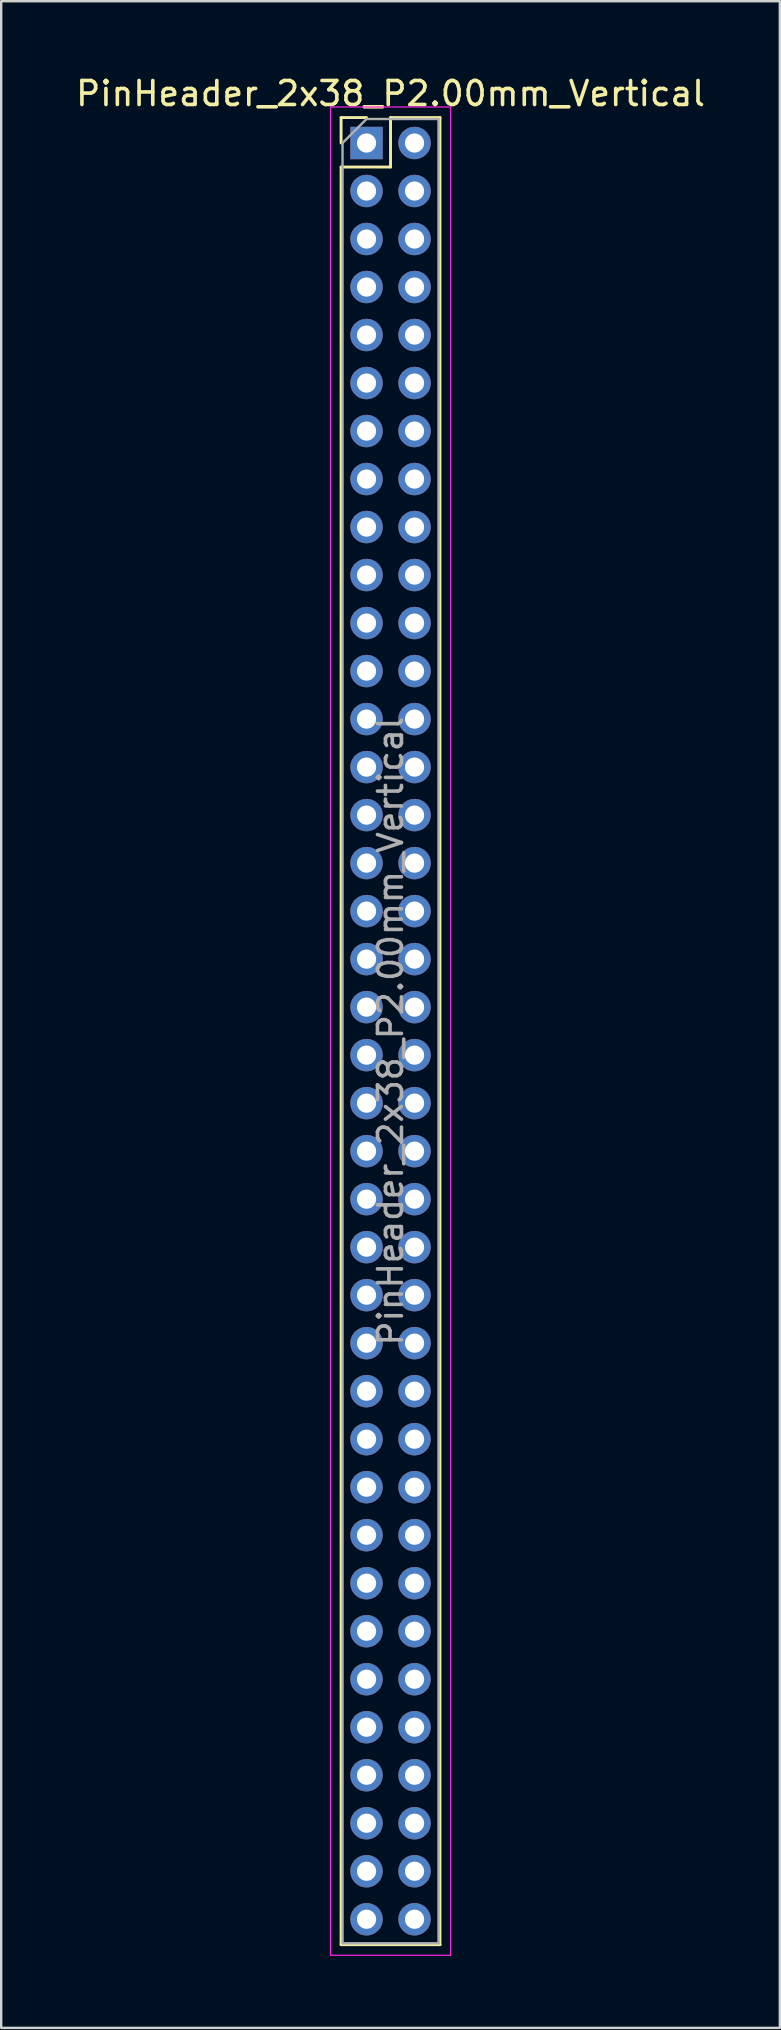
<source format=kicad_pcb>
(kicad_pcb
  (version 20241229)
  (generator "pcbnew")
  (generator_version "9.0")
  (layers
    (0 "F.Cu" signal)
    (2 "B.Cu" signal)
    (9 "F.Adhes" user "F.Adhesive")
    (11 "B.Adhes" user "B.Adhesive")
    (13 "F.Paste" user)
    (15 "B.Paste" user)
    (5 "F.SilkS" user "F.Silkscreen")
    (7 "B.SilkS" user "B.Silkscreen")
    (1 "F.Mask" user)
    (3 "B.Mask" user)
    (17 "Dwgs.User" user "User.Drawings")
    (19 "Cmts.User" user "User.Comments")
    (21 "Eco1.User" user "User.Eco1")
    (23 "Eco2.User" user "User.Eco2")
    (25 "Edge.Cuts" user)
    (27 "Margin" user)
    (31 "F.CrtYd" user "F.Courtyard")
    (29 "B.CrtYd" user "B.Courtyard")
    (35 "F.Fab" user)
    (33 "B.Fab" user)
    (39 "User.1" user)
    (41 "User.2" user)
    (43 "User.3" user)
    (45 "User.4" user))
  (footprint "PinHeader_2x38_P2.00mm_Vertical"
    (layer "F.Cu")
    (at 12.22 2.908)
    (property "Reference" "PinHeader_2x38_P2.00mm_Vertical" (at 1 -2.06 0) (layer "F.SilkS") (effects (font (size 1 1) (thickness 0.15))))
    (attr through_hole)
    (fp_line (start -1.06 -1.06) (end 0 -1.06) (stroke (width 0.12) (type solid)) (layer "F.SilkS"))
    (fp_line (start -1.06 0) (end -1.06 -1.06) (stroke (width 0.12) (type solid)) (layer "F.SilkS"))
    (fp_line (start -1.06 1) (end -1.06 75.06) (stroke (width 0.12) (type solid)) (layer "F.SilkS"))
    (fp_line (start -1.06 1) (end 1 1) (stroke (width 0.12) (type solid)) (layer "F.SilkS"))
    (fp_line (start -1.06 75.06) (end 3.06 75.06) (stroke (width 0.12) (type solid)) (layer "F.SilkS"))
    (fp_line (start 1 -1.06) (end 3.06 -1.06) (stroke (width 0.12) (type solid)) (layer "F.SilkS"))
    (fp_line (start 1 1) (end 1 -1.06) (stroke (width 0.12) (type solid)) (layer "F.SilkS"))
    (fp_line (start 3.06 -1.06) (end 3.06 75.06) (stroke (width 0.12) (type solid)) (layer "F.SilkS"))
    (fp_line (start -1.5 -1.5) (end -1.5 75.5) (stroke (width 0.05) (type solid)) (layer "F.CrtYd"))
    (fp_line (start -1.5 75.5) (end 3.5 75.5) (stroke (width 0.05) (type solid)) (layer "F.CrtYd"))
    (fp_line (start 3.5 -1.5) (end -1.5 -1.5) (stroke (width 0.05) (type solid)) (layer "F.CrtYd"))
    (fp_line (start 3.5 75.5) (end 3.5 -1.5) (stroke (width 0.05) (type solid)) (layer "F.CrtYd"))
    (fp_line (start -1 0) (end 0 -1) (stroke (width 0.1) (type solid)) (layer "F.Fab"))
    (fp_line (start -1 75) (end -1 0) (stroke (width 0.1) (type solid)) (layer "F.Fab"))
    (fp_line (start 0 -1) (end 3 -1) (stroke (width 0.1) (type solid)) (layer "F.Fab"))
    (fp_line (start 3 -1) (end 3 75) (stroke (width 0.1) (type solid)) (layer "F.Fab"))
    (fp_line (start 3 75) (end -1 75) (stroke (width 0.1) (type solid)) (layer "F.Fab"))
    (fp_text user "${REFERENCE}" (at 1 37 90) (layer "F.Fab") (effects (font (size 1 1) (thickness 0.15))))
    (pad "1" thru_hole rect (at 0 0) (size 1.35 1.35) (drill 0.8) (layers "*.Cu" "*.Mask"))
    (pad "2" thru_hole oval (at 2 0) (size 1.35 1.35) (drill 0.8) (layers "*.Cu" "*.Mask"))
    (pad "3" thru_hole oval (at 0 2) (size 1.35 1.35) (drill 0.8) (layers "*.Cu" "*.Mask"))
    (pad "4" thru_hole oval (at 2 2) (size 1.35 1.35) (drill 0.8) (layers "*.Cu" "*.Mask"))
    (pad "5" thru_hole oval (at 0 4) (size 1.35 1.35) (drill 0.8) (layers "*.Cu" "*.Mask"))
    (pad "6" thru_hole oval (at 2 4) (size 1.35 1.35) (drill 0.8) (layers "*.Cu" "*.Mask"))
    (pad "7" thru_hole oval (at 0 6) (size 1.35 1.35) (drill 0.8) (layers "*.Cu" "*.Mask"))
    (pad "8" thru_hole oval (at 2 6) (size 1.35 1.35) (drill 0.8) (layers "*.Cu" "*.Mask"))
    (pad "9" thru_hole oval (at 0 8) (size 1.35 1.35) (drill 0.8) (layers "*.Cu" "*.Mask"))
    (pad "10" thru_hole oval (at 2 8) (size 1.35 1.35) (drill 0.8) (layers "*.Cu" "*.Mask"))
    (pad "11" thru_hole oval (at 0 10) (size 1.35 1.35) (drill 0.8) (layers "*.Cu" "*.Mask"))
    (pad "12" thru_hole oval (at 2 10) (size 1.35 1.35) (drill 0.8) (layers "*.Cu" "*.Mask"))
    (pad "13" thru_hole oval (at 0 12) (size 1.35 1.35) (drill 0.8) (layers "*.Cu" "*.Mask"))
    (pad "14" thru_hole oval (at 2 12) (size 1.35 1.35) (drill 0.8) (layers "*.Cu" "*.Mask"))
    (pad "15" thru_hole oval (at 0 14) (size 1.35 1.35) (drill 0.8) (layers "*.Cu" "*.Mask"))
    (pad "16" thru_hole oval (at 2 14) (size 1.35 1.35) (drill 0.8) (layers "*.Cu" "*.Mask"))
    (pad "17" thru_hole oval (at 0 16) (size 1.35 1.35) (drill 0.8) (layers "*.Cu" "*.Mask"))
    (pad "18" thru_hole oval (at 2 16) (size 1.35 1.35) (drill 0.8) (layers "*.Cu" "*.Mask"))
    (pad "19" thru_hole oval (at 0 18) (size 1.35 1.35) (drill 0.8) (layers "*.Cu" "*.Mask"))
    (pad "20" thru_hole oval (at 2 18) (size 1.35 1.35) (drill 0.8) (layers "*.Cu" "*.Mask"))
    (pad "21" thru_hole oval (at 0 20) (size 1.35 1.35) (drill 0.8) (layers "*.Cu" "*.Mask"))
    (pad "22" thru_hole oval (at 2 20) (size 1.35 1.35) (drill 0.8) (layers "*.Cu" "*.Mask"))
    (pad "23" thru_hole oval (at 0 22) (size 1.35 1.35) (drill 0.8) (layers "*.Cu" "*.Mask"))
    (pad "24" thru_hole oval (at 2 22) (size 1.35 1.35) (drill 0.8) (layers "*.Cu" "*.Mask"))
    (pad "25" thru_hole oval (at 0 24) (size 1.35 1.35) (drill 0.8) (layers "*.Cu" "*.Mask"))
    (pad "26" thru_hole oval (at 2 24) (size 1.35 1.35) (drill 0.8) (layers "*.Cu" "*.Mask"))
    (pad "27" thru_hole oval (at 0 26) (size 1.35 1.35) (drill 0.8) (layers "*.Cu" "*.Mask"))
    (pad "28" thru_hole oval (at 2 26) (size 1.35 1.35) (drill 0.8) (layers "*.Cu" "*.Mask"))
    (pad "29" thru_hole oval (at 0 28) (size 1.35 1.35) (drill 0.8) (layers "*.Cu" "*.Mask"))
    (pad "30" thru_hole oval (at 2 28) (size 1.35 1.35) (drill 0.8) (layers "*.Cu" "*.Mask"))
    (pad "31" thru_hole oval (at 0 30) (size 1.35 1.35) (drill 0.8) (layers "*.Cu" "*.Mask"))
    (pad "32" thru_hole oval (at 2 30) (size 1.35 1.35) (drill 0.8) (layers "*.Cu" "*.Mask"))
    (pad "33" thru_hole oval (at 0 32) (size 1.35 1.35) (drill 0.8) (layers "*.Cu" "*.Mask"))
    (pad "34" thru_hole oval (at 2 32) (size 1.35 1.35) (drill 0.8) (layers "*.Cu" "*.Mask"))
    (pad "35" thru_hole oval (at 0 34) (size 1.35 1.35) (drill 0.8) (layers "*.Cu" "*.Mask"))
    (pad "36" thru_hole oval (at 2 34) (size 1.35 1.35) (drill 0.8) (layers "*.Cu" "*.Mask"))
    (pad "37" thru_hole oval (at 0 36) (size 1.35 1.35) (drill 0.8) (layers "*.Cu" "*.Mask"))
    (pad "38" thru_hole oval (at 2 36) (size 1.35 1.35) (drill 0.8) (layers "*.Cu" "*.Mask"))
    (pad "39" thru_hole oval (at 0 38) (size 1.35 1.35) (drill 0.8) (layers "*.Cu" "*.Mask"))
    (pad "40" thru_hole oval (at 2 38) (size 1.35 1.35) (drill 0.8) (layers "*.Cu" "*.Mask"))
    (pad "41" thru_hole oval (at 0 40) (size 1.35 1.35) (drill 0.8) (layers "*.Cu" "*.Mask"))
    (pad "42" thru_hole oval (at 2 40) (size 1.35 1.35) (drill 0.8) (layers "*.Cu" "*.Mask"))
    (pad "43" thru_hole oval (at 0 42) (size 1.35 1.35) (drill 0.8) (layers "*.Cu" "*.Mask"))
    (pad "44" thru_hole oval (at 2 42) (size 1.35 1.35) (drill 0.8) (layers "*.Cu" "*.Mask"))
    (pad "45" thru_hole oval (at 0 44) (size 1.35 1.35) (drill 0.8) (layers "*.Cu" "*.Mask"))
    (pad "46" thru_hole oval (at 2 44) (size 1.35 1.35) (drill 0.8) (layers "*.Cu" "*.Mask"))
    (pad "47" thru_hole oval (at 0 46) (size 1.35 1.35) (drill 0.8) (layers "*.Cu" "*.Mask"))
    (pad "48" thru_hole oval (at 2 46) (size 1.35 1.35) (drill 0.8) (layers "*.Cu" "*.Mask"))
    (pad "49" thru_hole oval (at 0 48) (size 1.35 1.35) (drill 0.8) (layers "*.Cu" "*.Mask"))
    (pad "50" thru_hole oval (at 2 48) (size 1.35 1.35) (drill 0.8) (layers "*.Cu" "*.Mask"))
    (pad "51" thru_hole oval (at 0 50) (size 1.35 1.35) (drill 0.8) (layers "*.Cu" "*.Mask"))
    (pad "52" thru_hole oval (at 2 50) (size 1.35 1.35) (drill 0.8) (layers "*.Cu" "*.Mask"))
    (pad "53" thru_hole oval (at 0 52) (size 1.35 1.35) (drill 0.8) (layers "*.Cu" "*.Mask"))
    (pad "54" thru_hole oval (at 2 52) (size 1.35 1.35) (drill 0.8) (layers "*.Cu" "*.Mask"))
    (pad "55" thru_hole oval (at 0 54) (size 1.35 1.35) (drill 0.8) (layers "*.Cu" "*.Mask"))
    (pad "56" thru_hole oval (at 2 54) (size 1.35 1.35) (drill 0.8) (layers "*.Cu" "*.Mask"))
    (pad "57" thru_hole oval (at 0 56) (size 1.35 1.35) (drill 0.8) (layers "*.Cu" "*.Mask"))
    (pad "58" thru_hole oval (at 2 56) (size 1.35 1.35) (drill 0.8) (layers "*.Cu" "*.Mask"))
    (pad "59" thru_hole oval (at 0 58) (size 1.35 1.35) (drill 0.8) (layers "*.Cu" "*.Mask"))
    (pad "60" thru_hole oval (at 2 58) (size 1.35 1.35) (drill 0.8) (layers "*.Cu" "*.Mask"))
    (pad "61" thru_hole oval (at 0 60) (size 1.35 1.35) (drill 0.8) (layers "*.Cu" "*.Mask"))
    (pad "62" thru_hole oval (at 2 60) (size 1.35 1.35) (drill 0.8) (layers "*.Cu" "*.Mask"))
    (pad "63" thru_hole oval (at 0 62) (size 1.35 1.35) (drill 0.8) (layers "*.Cu" "*.Mask"))
    (pad "64" thru_hole oval (at 2 62) (size 1.35 1.35) (drill 0.8) (layers "*.Cu" "*.Mask"))
    (pad "65" thru_hole oval (at 0 64) (size 1.35 1.35) (drill 0.8) (layers "*.Cu" "*.Mask"))
    (pad "66" thru_hole oval (at 2 64) (size 1.35 1.35) (drill 0.8) (layers "*.Cu" "*.Mask"))
    (pad "67" thru_hole oval (at 0 66) (size 1.35 1.35) (drill 0.8) (layers "*.Cu" "*.Mask"))
    (pad "68" thru_hole oval (at 2 66) (size 1.35 1.35) (drill 0.8) (layers "*.Cu" "*.Mask"))
    (pad "69" thru_hole oval (at 0 68) (size 1.35 1.35) (drill 0.8) (layers "*.Cu" "*.Mask"))
    (pad "70" thru_hole oval (at 2 68) (size 1.35 1.35) (drill 0.8) (layers "*.Cu" "*.Mask"))
    (pad "71" thru_hole oval (at 0 70) (size 1.35 1.35) (drill 0.8) (layers "*.Cu" "*.Mask"))
    (pad "72" thru_hole oval (at 2 70) (size 1.35 1.35) (drill 0.8) (layers "*.Cu" "*.Mask"))
    (pad "73" thru_hole oval (at 0 72) (size 1.35 1.35) (drill 0.8) (layers "*.Cu" "*.Mask"))
    (pad "74" thru_hole oval (at 2 72) (size 1.35 1.35) (drill 0.8) (layers "*.Cu" "*.Mask"))
    (pad "75" thru_hole oval (at 0 74) (size 1.35 1.35) (drill 0.8) (layers "*.Cu" "*.Mask"))
    (pad "76" thru_hole oval (at 2 74) (size 1.35 1.35) (drill 0.8) (layers "*.Cu" "*.Mask")))
  (gr_rect
    (start -3 -3)
    (end 29.44 81.433)
    (stroke (width 0.1) (type default))
    (fill no)
    (layer "Edge.Cuts")))
</source>
